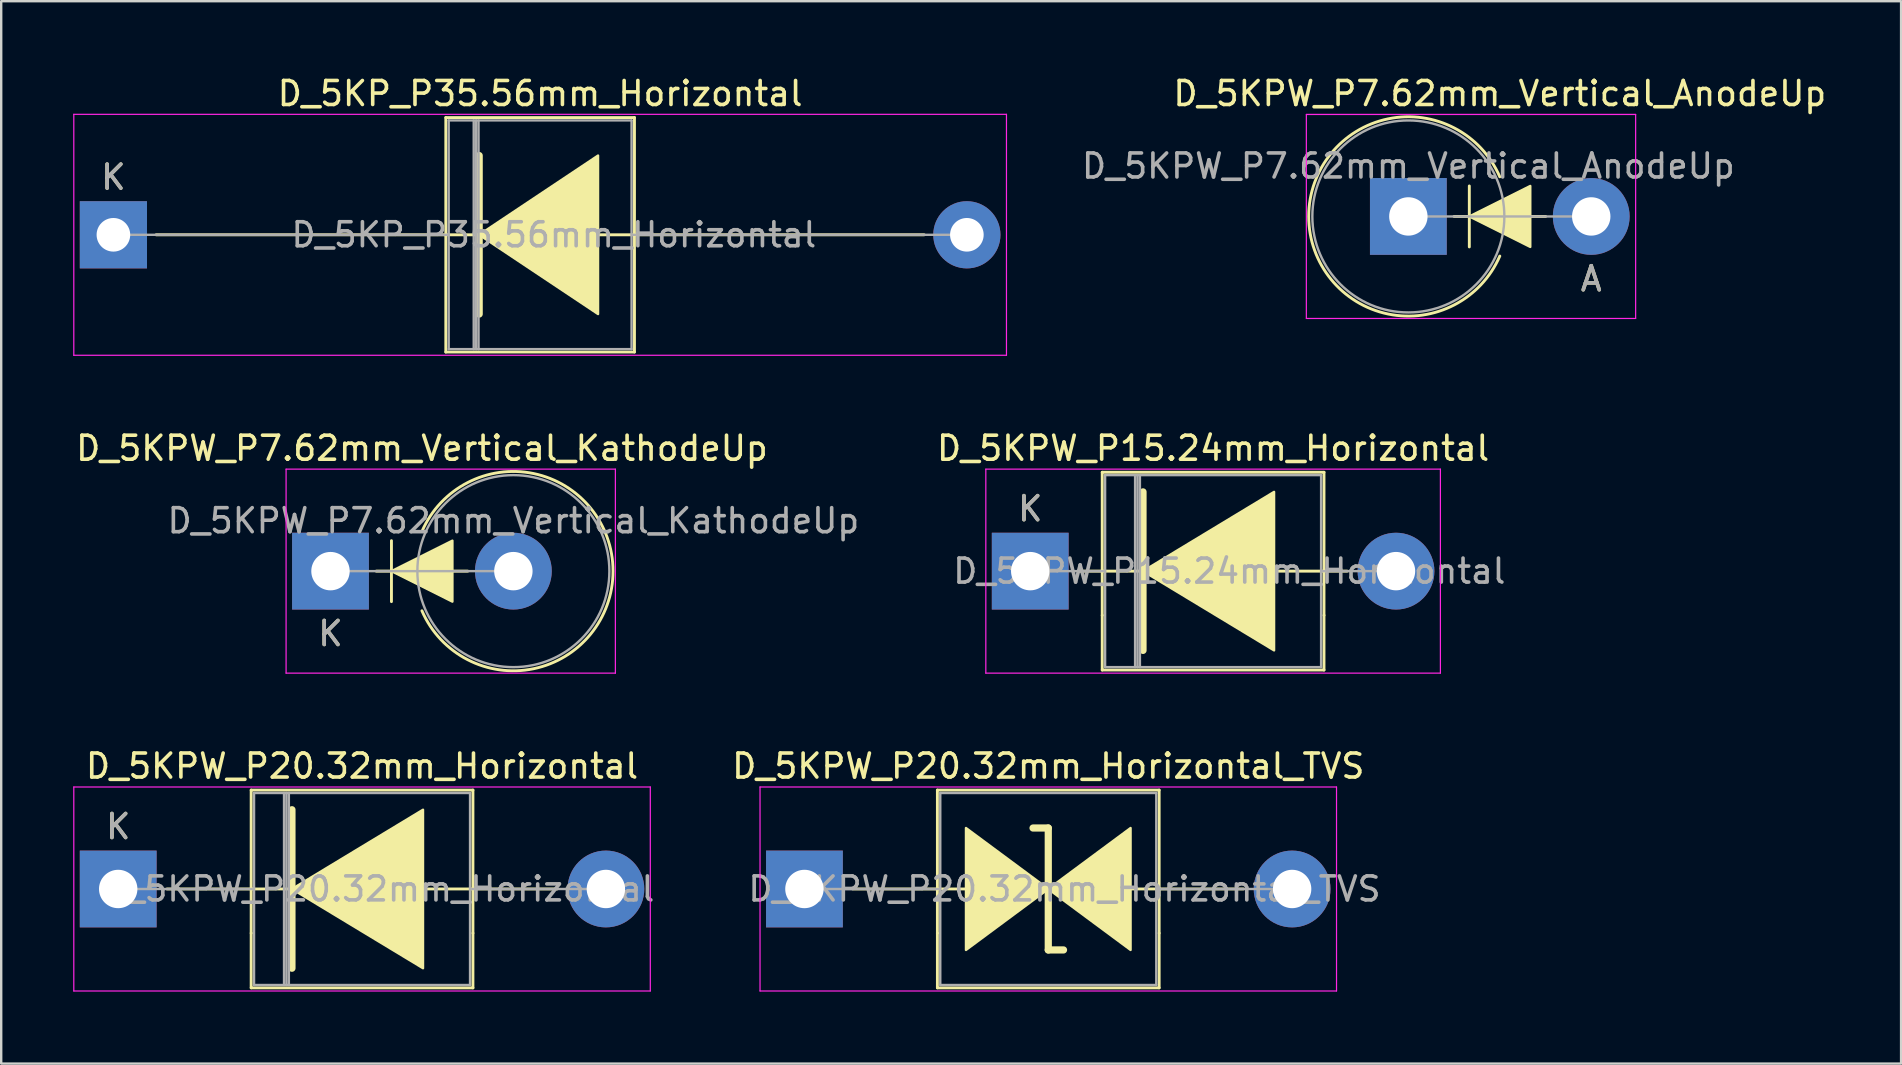
<source format=kicad_pcb>
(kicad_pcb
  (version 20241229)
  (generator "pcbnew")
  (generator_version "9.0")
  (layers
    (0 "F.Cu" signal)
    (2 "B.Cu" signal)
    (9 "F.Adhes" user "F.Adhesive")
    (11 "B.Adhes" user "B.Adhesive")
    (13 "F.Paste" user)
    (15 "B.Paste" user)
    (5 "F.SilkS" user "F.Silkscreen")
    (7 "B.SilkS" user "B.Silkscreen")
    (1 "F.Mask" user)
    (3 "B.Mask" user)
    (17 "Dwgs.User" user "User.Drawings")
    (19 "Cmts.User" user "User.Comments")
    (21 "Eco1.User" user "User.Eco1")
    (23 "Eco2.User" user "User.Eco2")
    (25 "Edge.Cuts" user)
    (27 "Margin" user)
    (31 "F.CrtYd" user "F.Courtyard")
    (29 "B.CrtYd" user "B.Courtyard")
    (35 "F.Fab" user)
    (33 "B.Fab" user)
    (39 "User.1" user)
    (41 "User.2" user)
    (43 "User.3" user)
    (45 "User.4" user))
  (footprint "D_5KPW_P20.32mm_Horizontal"
    (layer "F.Cu")
    (at 1.875 33.99)
    (property "Reference" "D_5KPW_P20.32mm_Horizontal" (at 10.16 -5.12 0) (layer "F.SilkS") (effects (font (size 1 1) (thickness 0.15))))
    (attr through_hole)
    (fp_line (start 2.032 0) (end 7.239 0) (stroke (width 0.12) (type solid)) (layer "F.SilkS"))
    (fp_line (start 5.54 -4.12) (end 14.78 -4.12) (stroke (width 0.12) (type solid)) (layer "F.SilkS"))
    (fp_line (start 5.54 1.84) (end 5.54 -4.12) (stroke (width 0.12) (type solid)) (layer "F.SilkS"))
    (fp_line (start 5.54 1.84) (end 5.54 4.12) (stroke (width 0.12) (type solid)) (layer "F.SilkS"))
    (fp_line (start 5.54 4.12) (end 14.78 4.12) (stroke (width 0.12) (type solid)) (layer "F.SilkS"))
    (fp_line (start 7.239 3.302) (end 7.239 -3.302) (stroke (width 0.3) (type solid)) (layer "F.SilkS"))
    (fp_line (start 14.78 -4.12) (end 14.78 1.84) (stroke (width 0.12) (type solid)) (layer "F.SilkS"))
    (fp_line (start 14.78 4.12) (end 14.78 1.84) (stroke (width 0.12) (type solid)) (layer "F.SilkS"))
    (fp_line (start 18.288 0) (end 12.21 0) (stroke (width 0.12) (type solid)) (layer "F.SilkS"))
    (fp_poly (pts (xy 12.7 3.302) (xy 7.239 0) (xy 12.7 -3.302)) (stroke (width 0.1) (type solid)) (fill yes) (layer "F.SilkS"))
    (fp_line (start -1.85 -4.25) (end -1.85 4.25) (stroke (width 0.05) (type solid)) (layer "F.CrtYd"))
    (fp_line (start -1.85 4.25) (end 22.17 4.25) (stroke (width 0.05) (type solid)) (layer "F.CrtYd"))
    (fp_line (start 22.17 -4.25) (end -1.85 -4.25) (stroke (width 0.05) (type solid)) (layer "F.CrtYd"))
    (fp_line (start 22.17 4.25) (end 22.17 -4.25) (stroke (width 0.05) (type solid)) (layer "F.CrtYd"))
    (fp_line (start 0 0) (end 5.66 0) (stroke (width 0.1) (type solid)) (layer "F.Fab"))
    (fp_line (start 5.66 -4) (end 5.66 4) (stroke (width 0.1) (type solid)) (layer "F.Fab"))
    (fp_line (start 5.66 4) (end 14.66 4) (stroke (width 0.1) (type solid)) (layer "F.Fab"))
    (fp_line (start 6.91 -4) (end 6.91 4) (stroke (width 0.1) (type solid)) (layer "F.Fab"))
    (fp_line (start 7.01 -4) (end 7.01 4) (stroke (width 0.1) (type solid)) (layer "F.Fab"))
    (fp_line (start 7.11 -4) (end 7.11 4) (stroke (width 0.1) (type solid)) (layer "F.Fab"))
    (fp_line (start 14.66 -4) (end 5.66 -4) (stroke (width 0.1) (type solid)) (layer "F.Fab"))
    (fp_line (start 14.66 4) (end 14.66 -4) (stroke (width 0.1) (type solid)) (layer "F.Fab"))
    (fp_line (start 20.32 0) (end 14.66 0) (stroke (width 0.1) (type solid)) (layer "F.Fab"))
    (fp_text user "K" (at 0 -2.6 0) (layer "F.SilkS") (effects (font (size 1 1) (thickness 0.15))))
    (fp_text user "${REFERENCE}" (at 10.835 0 0) (layer "F.Fab") (effects (font (size 1 1) (thickness 0.15))))
    (fp_text user "K" (at 0 -2.6 0) (layer "F.Fab") (effects (font (size 1 1) (thickness 0.15))))
    (pad "1" thru_hole rect (at 0 0) (size 3.2 3.2) (drill 1.6) (layers "*.Cu" "*.Mask"))
    (pad "2" thru_hole oval (at 20.32 0) (size 3.2 3.2) (drill 1.6) (layers "*.Cu" "*.Mask")))
  (footprint "D_5KPW_P15.24mm_Horizontal"
    (layer "F.Cu")
    (at 39.875 20.747)
    (property "Reference" "D_5KPW_P15.24mm_Horizontal" (at 7.62 -5.12 0) (layer "F.SilkS") (effects (font (size 1 1) (thickness 0.15))))
    (attr through_hole)
    (fp_line (start 2.032 0) (end 4.699 0) (stroke (width 0.12) (type solid)) (layer "F.SilkS"))
    (fp_line (start 3 -4.12) (end 12.24 -4.12) (stroke (width 0.12) (type solid)) (layer "F.SilkS"))
    (fp_line (start 3 1.84) (end 3 -4.12) (stroke (width 0.12) (type solid)) (layer "F.SilkS"))
    (fp_line (start 3 1.84) (end 3 4.12) (stroke (width 0.12) (type solid)) (layer "F.SilkS"))
    (fp_line (start 3 4.12) (end 12.24 4.12) (stroke (width 0.12) (type solid)) (layer "F.SilkS"))
    (fp_line (start 4.699 -3.302) (end 4.699 3.302) (stroke (width 0.3) (type solid)) (layer "F.SilkS"))
    (fp_line (start 12.24 -4.12) (end 12.24 1.84) (stroke (width 0.12) (type solid)) (layer "F.SilkS"))
    (fp_line (start 12.24 4.12) (end 12.24 1.84) (stroke (width 0.12) (type solid)) (layer "F.SilkS"))
    (fp_line (start 13.208 0) (end 9.67 0) (stroke (width 0.12) (type solid)) (layer "F.SilkS"))
    (fp_poly (pts (xy 10.16 3.302) (xy 4.699 0) (xy 10.16 -3.302)) (stroke (width 0.1) (type solid)) (fill yes) (layer "F.SilkS"))
    (fp_line (start -1.85 -4.25) (end -1.85 4.25) (stroke (width 0.05) (type solid)) (layer "F.CrtYd"))
    (fp_line (start -1.85 4.25) (end 17.09 4.25) (stroke (width 0.05) (type solid)) (layer "F.CrtYd"))
    (fp_line (start 17.09 -4.25) (end -1.85 -4.25) (stroke (width 0.05) (type solid)) (layer "F.CrtYd"))
    (fp_line (start 17.09 4.25) (end 17.09 -4.25) (stroke (width 0.05) (type solid)) (layer "F.CrtYd"))
    (fp_line (start 0 0) (end 3.12 0) (stroke (width 0.1) (type solid)) (layer "F.Fab"))
    (fp_line (start 3.12 -4) (end 3.12 4) (stroke (width 0.1) (type solid)) (layer "F.Fab"))
    (fp_line (start 3.12 4) (end 12.12 4) (stroke (width 0.1) (type solid)) (layer "F.Fab"))
    (fp_line (start 4.37 -4) (end 4.37 4) (stroke (width 0.1) (type solid)) (layer "F.Fab"))
    (fp_line (start 4.47 -4) (end 4.47 4) (stroke (width 0.1) (type solid)) (layer "F.Fab"))
    (fp_line (start 4.57 -4) (end 4.57 4) (stroke (width 0.1) (type solid)) (layer "F.Fab"))
    (fp_line (start 12.12 -4) (end 3.12 -4) (stroke (width 0.1) (type solid)) (layer "F.Fab"))
    (fp_line (start 12.12 4) (end 12.12 -4) (stroke (width 0.1) (type solid)) (layer "F.Fab"))
    (fp_line (start 15.24 0) (end 12.12 0) (stroke (width 0.1) (type solid)) (layer "F.Fab"))
    (fp_text user "K" (at 0 -2.6 0) (layer "F.SilkS") (effects (font (size 1 1) (thickness 0.15))))
    (fp_text user "K" (at 0 -2.6 0) (layer "F.Fab") (effects (font (size 1 1) (thickness 0.15))))
    (fp_text user "${REFERENCE}" (at 8.295 0 0) (layer "F.Fab") (effects (font (size 1 1) (thickness 0.15))))
    (pad "1" thru_hole rect (at 0 0) (size 3.2 3.2) (drill 1.6) (layers "*.Cu" "*.Mask"))
    (pad "2" thru_hole oval (at 15.24 0) (size 3.2 3.2) (drill 1.6) (layers "*.Cu" "*.Mask")))
  (footprint "D_5KP_P35.56mm_Horizontal"
    (layer "F.Cu")
    (at 1.675 6.733)
    (property "Reference" "D_5KP_P35.56mm_Horizontal" (at 17.78 -5.885 0) (layer "F.SilkS") (effects (font (size 1 1) (thickness 0.15))))
    (attr through_hole)
    (fp_line (start 1.778 0) (end 15.113 0) (stroke (width 0.12) (type solid)) (layer "F.SilkS"))
    (fp_line (start 13.85 -4.885) (end 13.85 4.885) (stroke (width 0.12) (type solid)) (layer "F.SilkS"))
    (fp_line (start 13.85 4.885) (end 21.71 4.885) (stroke (width 0.12) (type solid)) (layer "F.SilkS"))
    (fp_line (start 15.24 -3.302) (end 15.24 3.302) (stroke (width 0.3) (type solid)) (layer "F.SilkS"))
    (fp_line (start 21.71 -4.885) (end 13.85 -4.885) (stroke (width 0.12) (type solid)) (layer "F.SilkS"))
    (fp_line (start 21.71 4.885) (end 21.71 -4.885) (stroke (width 0.12) (type solid)) (layer "F.SilkS"))
    (fp_line (start 33.782 0) (end 20.23 0) (stroke (width 0.12) (type solid)) (layer "F.SilkS"))
    (fp_poly (pts (xy 20.193 3.302) (xy 15.24 0) (xy 20.193 -3.302)) (stroke (width 0.1) (type solid)) (fill yes) (layer "F.SilkS"))
    (fp_line (start -1.65 -5.02) (end -1.65 5.02) (stroke (width 0.05) (type solid)) (layer "F.CrtYd"))
    (fp_line (start -1.65 5.02) (end 37.21 5.02) (stroke (width 0.05) (type solid)) (layer "F.CrtYd"))
    (fp_line (start 37.21 -5.02) (end -1.65 -5.02) (stroke (width 0.05) (type solid)) (layer "F.CrtYd"))
    (fp_line (start 37.21 5.02) (end 37.21 -5.02) (stroke (width 0.05) (type solid)) (layer "F.CrtYd"))
    (fp_line (start 0 0) (end 13.97 0) (stroke (width 0.1) (type solid)) (layer "F.Fab"))
    (fp_line (start 13.97 -4.765) (end 13.97 4.765) (stroke (width 0.1) (type solid)) (layer "F.Fab"))
    (fp_line (start 13.97 4.765) (end 21.59 4.765) (stroke (width 0.1) (type solid)) (layer "F.Fab"))
    (fp_line (start 15.013 -4.765) (end 15.013 4.765) (stroke (width 0.1) (type solid)) (layer "F.Fab"))
    (fp_line (start 15.113 -4.765) (end 15.113 4.765) (stroke (width 0.1) (type solid)) (layer "F.Fab"))
    (fp_line (start 15.213 -4.765) (end 15.213 4.765) (stroke (width 0.1) (type solid)) (layer "F.Fab"))
    (fp_line (start 21.59 -4.765) (end 13.97 -4.765) (stroke (width 0.1) (type solid)) (layer "F.Fab"))
    (fp_line (start 21.59 4.765) (end 21.59 -4.765) (stroke (width 0.1) (type solid)) (layer "F.Fab"))
    (fp_line (start 35.56 0) (end 21.59 0) (stroke (width 0.1) (type solid)) (layer "F.Fab"))
    (fp_text user "K" (at 0 -2.4 0) (layer "F.SilkS") (effects (font (size 1 1) (thickness 0.15))))
    (fp_text user "K" (at 0 -2.4 0) (layer "F.Fab") (effects (font (size 1 1) (thickness 0.15))))
    (fp_text user "${REFERENCE}" (at 18.352 0 0) (layer "F.Fab") (effects (font (size 1 1) (thickness 0.15))))
    (pad "1" thru_hole rect (at 0 0) (size 2.8 2.8) (drill 1.4) (layers "*.Cu" "*.Mask"))
    (pad "2" thru_hole oval (at 35.56 0) (size 2.8 2.8) (drill 1.4) (layers "*.Cu" "*.Mask")))
  (footprint "D_5KPW_P20.32mm_Horizontal_TVS"
    (layer "F.Cu")
    (at 30.467 33.99)
    (property "Reference" "D_5KPW_P20.32mm_Horizontal_TVS" (at 10.16 -5.12 0) (layer "F.SilkS") (effects (font (size 1 1) (thickness 0.15))))
    (attr through_hole)
    (fp_line (start 5.54 -4.12) (end 14.78 -4.12) (stroke (width 0.12) (type solid)) (layer "F.SilkS"))
    (fp_line (start 5.54 1.84) (end 5.54 -4.12) (stroke (width 0.12) (type solid)) (layer "F.SilkS"))
    (fp_line (start 5.54 1.84) (end 5.54 4.12) (stroke (width 0.12) (type solid)) (layer "F.SilkS"))
    (fp_line (start 5.54 4.12) (end 14.78 4.12) (stroke (width 0.12) (type solid)) (layer "F.SilkS"))
    (fp_line (start 6.731 0) (end 2.032 0) (stroke (width 0.12) (type solid)) (layer "F.SilkS"))
    (fp_line (start 10.16 -2.54) (end 9.525 -2.54) (stroke (width 0.3) (type solid)) (layer "F.SilkS"))
    (fp_line (start 10.16 2.54) (end 10.16 -2.54) (stroke (width 0.3) (type solid)) (layer "F.SilkS"))
    (fp_line (start 10.16 2.54) (end 10.795 2.54) (stroke (width 0.3) (type solid)) (layer "F.SilkS"))
    (fp_line (start 14.78 -4.12) (end 14.78 1.84) (stroke (width 0.12) (type solid)) (layer "F.SilkS"))
    (fp_line (start 14.78 4.12) (end 14.78 1.84) (stroke (width 0.12) (type solid)) (layer "F.SilkS"))
    (fp_line (start 18.288 0) (end 13.589 0) (stroke (width 0.12) (type solid)) (layer "F.SilkS"))
    (fp_poly (pts (xy 10.16 0) (xy 6.731 2.54) (xy 6.731 -2.54)) (stroke (width 0.1) (type solid)) (fill yes) (layer "F.SilkS"))
    (fp_poly (pts (xy 10.16 0) (xy 13.589 -2.54) (xy 13.589 2.54)) (stroke (width 0.1) (type solid)) (fill yes) (layer "F.SilkS"))
    (fp_line (start -1.85 -4.25) (end -1.85 4.25) (stroke (width 0.05) (type solid)) (layer "F.CrtYd"))
    (fp_line (start -1.85 4.25) (end 22.17 4.25) (stroke (width 0.05) (type solid)) (layer "F.CrtYd"))
    (fp_line (start 22.17 -4.25) (end -1.85 -4.25) (stroke (width 0.05) (type solid)) (layer "F.CrtYd"))
    (fp_line (start 22.17 4.25) (end 22.17 -4.25) (stroke (width 0.05) (type solid)) (layer "F.CrtYd"))
    (fp_line (start 0 0) (end 5.66 0) (stroke (width 0.1) (type solid)) (layer "F.Fab"))
    (fp_line (start 5.66 -4) (end 5.66 4) (stroke (width 0.1) (type solid)) (layer "F.Fab"))
    (fp_line (start 5.66 4) (end 14.66 4) (stroke (width 0.1) (type solid)) (layer "F.Fab"))
    (fp_line (start 14.66 -4) (end 5.66 -4) (stroke (width 0.1) (type solid)) (layer "F.Fab"))
    (fp_line (start 14.66 4) (end 14.66 -4) (stroke (width 0.1) (type solid)) (layer "F.Fab"))
    (fp_line (start 20.32 0) (end 14.66 0) (stroke (width 0.1) (type solid)) (layer "F.Fab"))
    (fp_text user "${REFERENCE}" (at 10.835 0 0) (layer "F.Fab") (effects (font (size 1 1) (thickness 0.15))))
    (pad "1" thru_hole rect (at 0 0) (size 3.2 3.2) (drill 1.6) (layers "*.Cu" "*.Mask"))
    (pad "2" thru_hole oval (at 20.32 0) (size 3.2 3.2) (drill 1.6) (layers "*.Cu" "*.Mask")))
  (footprint "D_5KPW_P7.62mm_Vertical_KathodeUp"
    (layer "F.Cu")
    (at 10.72 20.747)
    (property "Reference" "D_5KPW_P7.62mm_Vertical_KathodeUp" (at 3.81 -5.12 0) (layer "F.SilkS") (effects (font (size 1 1) (thickness 0.15))))
    (attr through_hole)
    (fp_line (start 1.905 0) (end 5.72 0) (stroke (width 0.12) (type solid)) (layer "F.SilkS"))
    (fp_line (start 2.54 1.27) (end 2.54 -1.27) (stroke (width 0.12) (type solid)) (layer "F.SilkS"))
    (fp_arc (start 3.810001 -1.651) (mid 11.772335 -0.000001) (end 3.810001 1.650999) (stroke (width 0.12) (type solid)) (layer "F.SilkS"))
    (fp_poly (pts (xy 5.08 1.27) (xy 2.54 0) (xy 5.08 -1.27)) (stroke (width 0.1) (type solid)) (fill yes) (layer "F.SilkS"))
    (fp_line (start -1.85 -4.25) (end -1.85 4.25) (stroke (width 0.05) (type solid)) (layer "F.CrtYd"))
    (fp_line (start -1.85 4.25) (end 11.87 4.25) (stroke (width 0.05) (type solid)) (layer "F.CrtYd"))
    (fp_line (start 11.87 -4.25) (end -1.85 -4.25) (stroke (width 0.05) (type solid)) (layer "F.CrtYd"))
    (fp_line (start 11.87 4.25) (end 11.87 -4.25) (stroke (width 0.05) (type solid)) (layer "F.CrtYd"))
    (fp_line (start 0 0) (end 7.62 0) (stroke (width 0.1) (type solid)) (layer "F.Fab"))
    (fp_circle (center 7.62 0) (end 11.62 0) (stroke (width 0.1) (type solid)) (fill no) (layer "F.Fab"))
    (fp_text user "K" (at 0 2.6 0) (layer "F.SilkS") (effects (font (size 1 1) (thickness 0.15))))
    (fp_text user "${REFERENCE}" (at 7.62 -2.1 0) (layer "F.Fab") (effects (font (size 1 1) (thickness 0.15))))
    (fp_text user "K" (at 0 2.6 0) (layer "F.Fab") (effects (font (size 1 1) (thickness 0.15))))
    (pad "1" thru_hole rect (at 0 0) (size 3.2 3.2) (drill 1.6) (layers "*.Cu" "*.Mask"))
    (pad "2" thru_hole oval (at 7.62 0) (size 3.2 3.2) (drill 1.6) (layers "*.Cu" "*.Mask")))
  (footprint "D_5KPW_P7.62mm_Vertical_AnodeUp"
    (layer "F.Cu")
    (at 55.63 5.968)
    (property "Reference" "D_5KPW_P7.62mm_Vertical_AnodeUp" (at 3.81 -5.12 0) (layer "F.SilkS") (effects (font (size 1 1) (thickness 0.15))))
    (attr through_hole)
    (fp_line (start 1.905 0) (end 5.72 0) (stroke (width 0.12) (type solid)) (layer "F.SilkS"))
    (fp_line (start 2.54 1.27) (end 2.54 -1.27) (stroke (width 0.12) (type solid)) (layer "F.SilkS"))
    (fp_arc (start 3.809999 1.651) (mid -4.152335 0.000001) (end 3.809999 -1.650999) (stroke (width 0.12) (type solid)) (layer "F.SilkS"))
    (fp_poly (pts (xy 5.08 1.27) (xy 2.54 0) (xy 5.08 -1.27)) (stroke (width 0.1) (type solid)) (fill yes) (layer "F.SilkS"))
    (fp_line (start -4.25 -4.25) (end -4.25 4.25) (stroke (width 0.05) (type solid)) (layer "F.CrtYd"))
    (fp_line (start -4.25 4.25) (end 9.47 4.25) (stroke (width 0.05) (type solid)) (layer "F.CrtYd"))
    (fp_line (start 9.47 -4.25) (end -4.25 -4.25) (stroke (width 0.05) (type solid)) (layer "F.CrtYd"))
    (fp_line (start 9.47 4.25) (end 9.47 -4.25) (stroke (width 0.05) (type solid)) (layer "F.CrtYd"))
    (fp_line (start 0 0) (end 7.62 0) (stroke (width 0.1) (type solid)) (layer "F.Fab"))
    (fp_circle (center 0 0) (end 4 0) (stroke (width 0.1) (type solid)) (fill no) (layer "F.Fab"))
    (fp_text user "A" (at 7.62 2.6 0) (layer "F.SilkS") (effects (font (size 1 1) (thickness 0.15))))
    (fp_text user "A" (at 7.62 2.6 0) (layer "F.Fab") (effects (font (size 1 1) (thickness 0.15))))
    (fp_text user "${REFERENCE}" (at 0 -2.1 0) (layer "F.Fab") (effects (font (size 1 1) (thickness 0.15))))
    (pad "1" thru_hole rect (at 0 0) (size 3.2 3.2) (drill 1.6) (layers "*.Cu" "*.Mask"))
    (pad "2" thru_hole oval (at 7.62 0) (size 3.2 3.2) (drill 1.6) (layers "*.Cu" "*.Mask")))
  (gr_rect
    (start -3 -3)
    (end 76.16 41.265)
    (stroke (width 0.1) (type default))
    (fill no)
    (layer "Edge.Cuts")))
</source>
